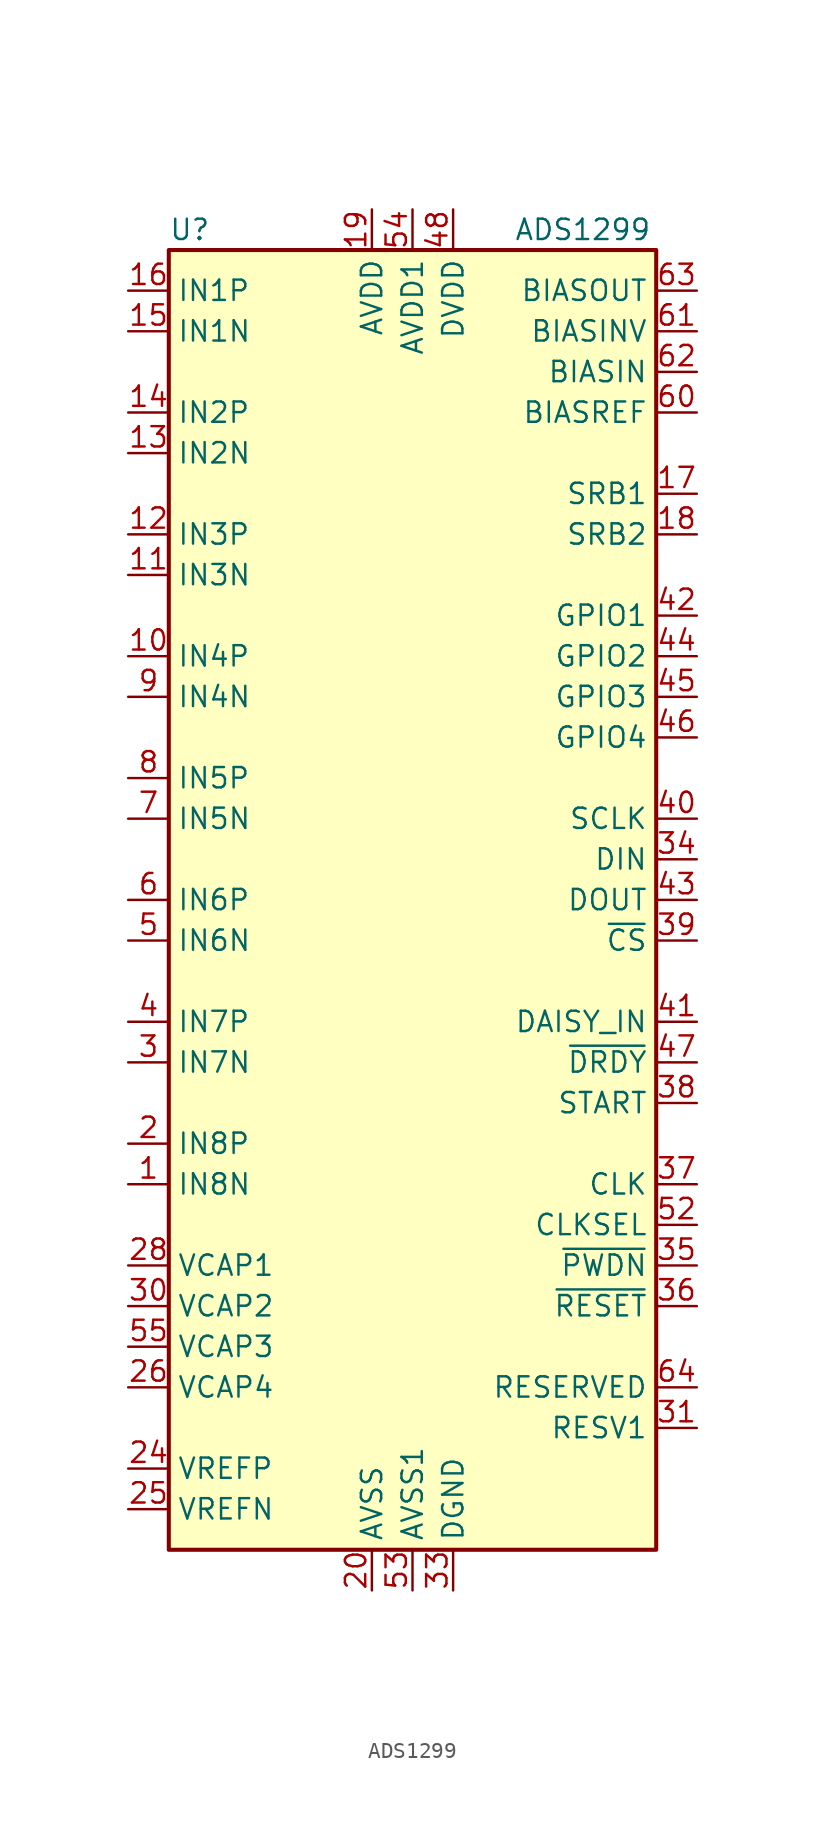
<source format=kicad_sym>
(kicad_symbol_lib
  (version 20241209)
  (generator "kicad_symbol_editor")
  (generator_version "9.0")
  (symbol "ADS1299"
    (property "Reference" "U"
      (at -15.24 41.91 0)
      (effects (font (size 1.27 1.27)) (justify left)))
    (property "Value" "ADS1299"
      (at 6.35 41.91 0)
      (effects (font (size 1.27 1.27)) (justify left)))
    (symbol "ADS1299_0_1"
      (rectangle (start -15.24 40.64) (end 15.24 -40.64) (stroke (width 0.254) (type default)) (fill (type background))))
    (symbol "ADS1299_1_1"
      (pin input line (at -17.78 38.1 0) (length 2.54) (name "IN1P" (effects (font (size 1.27 1.27)))) (number "16" (effects (font (size 1.27 1.27)))))
      (pin input line (at -17.78 35.56 0) (length 2.54) (name "IN1N" (effects (font (size 1.27 1.27)))) (number "15" (effects (font (size 1.27 1.27)))))
      (pin input line (at -17.78 30.48 0) (length 2.54) (name "IN2P" (effects (font (size 1.27 1.27)))) (number "14" (effects (font (size 1.27 1.27)))))
      (pin input line (at -17.78 27.94 0) (length 2.54) (name "IN2N" (effects (font (size 1.27 1.27)))) (number "13" (effects (font (size 1.27 1.27)))))
      (pin input line (at -17.78 22.86 0) (length 2.54) (name "IN3P" (effects (font (size 1.27 1.27)))) (number "12" (effects (font (size 1.27 1.27)))))
      (pin input line (at -17.78 20.32 0) (length 2.54) (name "IN3N" (effects (font (size 1.27 1.27)))) (number "11" (effects (font (size 1.27 1.27)))))
      (pin input line (at -17.78 15.24 0) (length 2.54) (name "IN4P" (effects (font (size 1.27 1.27)))) (number "10" (effects (font (size 1.27 1.27)))))
      (pin input line (at -17.78 12.7 0) (length 2.54) (name "IN4N" (effects (font (size 1.27 1.27)))) (number "9" (effects (font (size 1.27 1.27)))))
      (pin input line (at -17.78 7.62 0) (length 2.54) (name "IN5P" (effects (font (size 1.27 1.27)))) (number "8" (effects (font (size 1.27 1.27)))))
      (pin input line (at -17.78 5.08 0) (length 2.54) (name "IN5N" (effects (font (size 1.27 1.27)))) (number "7" (effects (font (size 1.27 1.27)))))
      (pin input line (at -17.78 0 0) (length 2.54) (name "IN6P" (effects (font (size 1.27 1.27)))) (number "6" (effects (font (size 1.27 1.27)))))
      (pin input line (at -17.78 -2.54 0) (length 2.54) (name "IN6N" (effects (font (size 1.27 1.27)))) (number "5" (effects (font (size 1.27 1.27)))))
      (pin input line (at -17.78 -7.62 0) (length 2.54) (name "IN7P" (effects (font (size 1.27 1.27)))) (number "4" (effects (font (size 1.27 1.27)))))
      (pin input line (at -17.78 -10.16 0) (length 2.54) (name "IN7N" (effects (font (size 1.27 1.27)))) (number "3" (effects (font (size 1.27 1.27)))))
      (pin input line (at -17.78 -15.24 0) (length 2.54) (name "IN8P" (effects (font (size 1.27 1.27)))) (number "2" (effects (font (size 1.27 1.27)))))
      (pin input line (at -17.78 -17.78 0) (length 2.54) (name "IN8N" (effects (font (size 1.27 1.27)))) (number "1" (effects (font (size 1.27 1.27)))))
      (pin passive line (at -17.78 -22.86 0) (length 2.54) (name "VCAP1" (effects (font (size 1.27 1.27)))) (number "28" (effects (font (size 1.27 1.27)))))
      (pin passive line (at -17.78 -25.4 0) (length 2.54) (name "VCAP2" (effects (font (size 1.27 1.27)))) (number "30" (effects (font (size 1.27 1.27)))))
      (pin passive line (at -17.78 -27.94 0) (length 2.54) (name "VCAP3" (effects (font (size 1.27 1.27)))) (number "55" (effects (font (size 1.27 1.27)))))
      (pin passive line (at -17.78 -30.48 0) (length 2.54) (name "VCAP4" (effects (font (size 1.27 1.27)))) (number "26" (effects (font (size 1.27 1.27)))))
      (pin passive line (at -17.78 -35.56 0) (length 2.54) (name "VREFP" (effects (font (size 1.27 1.27)))) (number "24" (effects (font (size 1.27 1.27)))))
      (pin passive line (at -17.78 -38.1 0) (length 2.54) (name "VREFN" (effects (font (size 1.27 1.27)))) (number "25" (effects (font (size 1.27 1.27)))))
      (pin power_in line (at -2.54 43.18 270) (length 2.54) (name "AVDD" (effects (font (size 1.27 1.27)))) (number "19" (effects (font (size 1.27 1.27)))))
      (pin passive line (at -2.54 43.18 270) (length 2.54) (hide yes) (name "AVDD" (effects (font (size 1.27 1.27)))) (number "21" (effects (font (size 1.27 1.27)))))
      (pin passive line (at -2.54 43.18 270) (length 2.54) (hide yes) (name "AVDD" (effects (font (size 1.27 1.27)))) (number "22" (effects (font (size 1.27 1.27)))))
      (pin passive line (at -2.54 43.18 270) (length 2.54) (hide yes) (name "AVDD" (effects (font (size 1.27 1.27)))) (number "56" (effects (font (size 1.27 1.27)))))
      (pin passive line (at -2.54 43.18 270) (length 2.54) (hide yes) (name "AVDD" (effects (font (size 1.27 1.27)))) (number "59" (effects (font (size 1.27 1.27)))))
      (pin power_in line (at -2.54 -43.18 90) (length 2.54) (name "AVSS" (effects (font (size 1.27 1.27)))) (number "20" (effects (font (size 1.27 1.27)))))
      (pin passive line (at -2.54 -43.18 90) (length 2.54) (hide yes) (name "AVSS" (effects (font (size 1.27 1.27)))) (number "23" (effects (font (size 1.27 1.27)))))
      (pin passive line (at -2.54 -43.18 90) (length 2.54) (hide yes) (name "AVSS" (effects (font (size 1.27 1.27)))) (number "32" (effects (font (size 1.27 1.27)))))
      (pin passive line (at -2.54 -43.18 90) (length 2.54) (hide yes) (name "AVSS" (effects (font (size 1.27 1.27)))) (number "57" (effects (font (size 1.27 1.27)))))
      (pin passive line (at -2.54 -43.18 90) (length 2.54) (hide yes) (name "AVSS" (effects (font (size 1.27 1.27)))) (number "58" (effects (font (size 1.27 1.27)))))
      (pin power_in line (at 0 43.18 270) (length 2.54) (name "AVDD1" (effects (font (size 1.27 1.27)))) (number "54" (effects (font (size 1.27 1.27)))))
      (pin power_in line (at 0 -43.18 90) (length 2.54) (name "AVSS1" (effects (font (size 1.27 1.27)))) (number "53" (effects (font (size 1.27 1.27)))))
      (pin power_in line (at 2.54 43.18 270) (length 2.54) (name "DVDD" (effects (font (size 1.27 1.27)))) (number "48" (effects (font (size 1.27 1.27)))))
      (pin passive line (at 2.54 43.18 270) (length 2.54) (hide yes) (name "DVDD" (effects (font (size 1.27 1.27)))) (number "50" (effects (font (size 1.27 1.27)))))
      (pin power_in line (at 2.54 -43.18 90) (length 2.54) (name "DGND" (effects (font (size 1.27 1.27)))) (number "33" (effects (font (size 1.27 1.27)))))
      (pin passive line (at 2.54 -43.18 90) (length 2.54) (hide yes) (name "DGND" (effects (font (size 1.27 1.27)))) (number "49" (effects (font (size 1.27 1.27)))))
      (pin passive line (at 2.54 -43.18 90) (length 2.54) (hide yes) (name "DGND" (effects (font (size 1.27 1.27)))) (number "51" (effects (font (size 1.27 1.27)))))
      (pin no_connect line (at 15.24 -35.56 180) (length 2.54) (hide yes) (name "NC" (effects (font (size 1.27 1.27)))) (number "27" (effects (font (size 1.27 1.27)))))
      (pin no_connect line (at 15.24 -38.1 180) (length 2.54) (hide yes) (name "NC" (effects (font (size 1.27 1.27)))) (number "29" (effects (font (size 1.27 1.27)))))
      (pin output line (at 17.78 38.1 180) (length 2.54) (name "BIASOUT" (effects (font (size 1.27 1.27)))) (number "63" (effects (font (size 1.27 1.27)))))
      (pin input line (at 17.78 35.56 180) (length 2.54) (name "BIASINV" (effects (font (size 1.27 1.27)))) (number "61" (effects (font (size 1.27 1.27)))))
      (pin input line (at 17.78 33.02 180) (length 2.54) (name "BIASIN" (effects (font (size 1.27 1.27)))) (number "62" (effects (font (size 1.27 1.27)))))
      (pin input line (at 17.78 30.48 180) (length 2.54) (name "BIASREF" (effects (font (size 1.27 1.27)))) (number "60" (effects (font (size 1.27 1.27)))))
      (pin bidirectional line (at 17.78 25.4 180) (length 2.54) (name "SRB1" (effects (font (size 1.27 1.27)))) (number "17" (effects (font (size 1.27 1.27)))))
      (pin bidirectional line (at 17.78 22.86 180) (length 2.54) (name "SRB2" (effects (font (size 1.27 1.27)))) (number "18" (effects (font (size 1.27 1.27)))))
      (pin bidirectional line (at 17.78 17.78 180) (length 2.54) (name "GPIO1" (effects (font (size 1.27 1.27)))) (number "42" (effects (font (size 1.27 1.27)))))
      (pin bidirectional line (at 17.78 15.24 180) (length 2.54) (name "GPIO2" (effects (font (size 1.27 1.27)))) (number "44" (effects (font (size 1.27 1.27)))))
      (pin bidirectional line (at 17.78 12.7 180) (length 2.54) (name "GPIO3" (effects (font (size 1.27 1.27)))) (number "45" (effects (font (size 1.27 1.27)))))
      (pin bidirectional line (at 17.78 10.16 180) (length 2.54) (name "GPIO4" (effects (font (size 1.27 1.27)))) (number "46" (effects (font (size 1.27 1.27)))))
      (pin input line (at 17.78 5.08 180) (length 2.54) (name "SCLK" (effects (font (size 1.27 1.27)))) (number "40" (effects (font (size 1.27 1.27)))))
      (pin input line (at 17.78 2.54 180) (length 2.54) (name "DIN" (effects (font (size 1.27 1.27)))) (number "34" (effects (font (size 1.27 1.27)))))
      (pin tri_state line (at 17.78 0 180) (length 2.54) (name "DOUT" (effects (font (size 1.27 1.27)))) (number "43" (effects (font (size 1.27 1.27)))))
      (pin input line (at 17.78 -2.54 180) (length 2.54) (name "~{CS}" (effects (font (size 1.27 1.27)))) (number "39" (effects (font (size 1.27 1.27)))))
      (pin input line (at 17.78 -7.62 180) (length 2.54) (name "DAISY_IN" (effects (font (size 1.27 1.27)))) (number "41" (effects (font (size 1.27 1.27)))))
      (pin output line (at 17.78 -10.16 180) (length 2.54) (name "~{DRDY}" (effects (font (size 1.27 1.27)))) (number "47" (effects (font (size 1.27 1.27)))))
      (pin input line (at 17.78 -12.7 180) (length 2.54) (name "START" (effects (font (size 1.27 1.27)))) (number "38" (effects (font (size 1.27 1.27)))))
      (pin input line (at 17.78 -17.78 180) (length 2.54) (name "CLK" (effects (font (size 1.27 1.27)))) (number "37" (effects (font (size 1.27 1.27)))))
      (pin input line (at 17.78 -20.32 180) (length 2.54) (name "CLKSEL" (effects (font (size 1.27 1.27)))) (number "52" (effects (font (size 1.27 1.27)))))
      (pin input line (at 17.78 -22.86 180) (length 2.54) (name "~{PWDN}" (effects (font (size 1.27 1.27)))) (number "35" (effects (font (size 1.27 1.27)))))
      (pin input line (at 17.78 -25.4 180) (length 2.54) (name "~{RESET}" (effects (font (size 1.27 1.27)))) (number "36" (effects (font (size 1.27 1.27)))))
      (pin output line (at 17.78 -30.48 180) (length 2.54) (name "RESERVED" (effects (font (size 1.27 1.27)))) (number "64" (effects (font (size 1.27 1.27)))))
      (pin input line (at 17.78 -33.02 180) (length 2.54) (name "RESV1" (effects (font (size 1.27 1.27)))) (number "31" (effects (font (size 1.27 1.27))))))))
</source>
